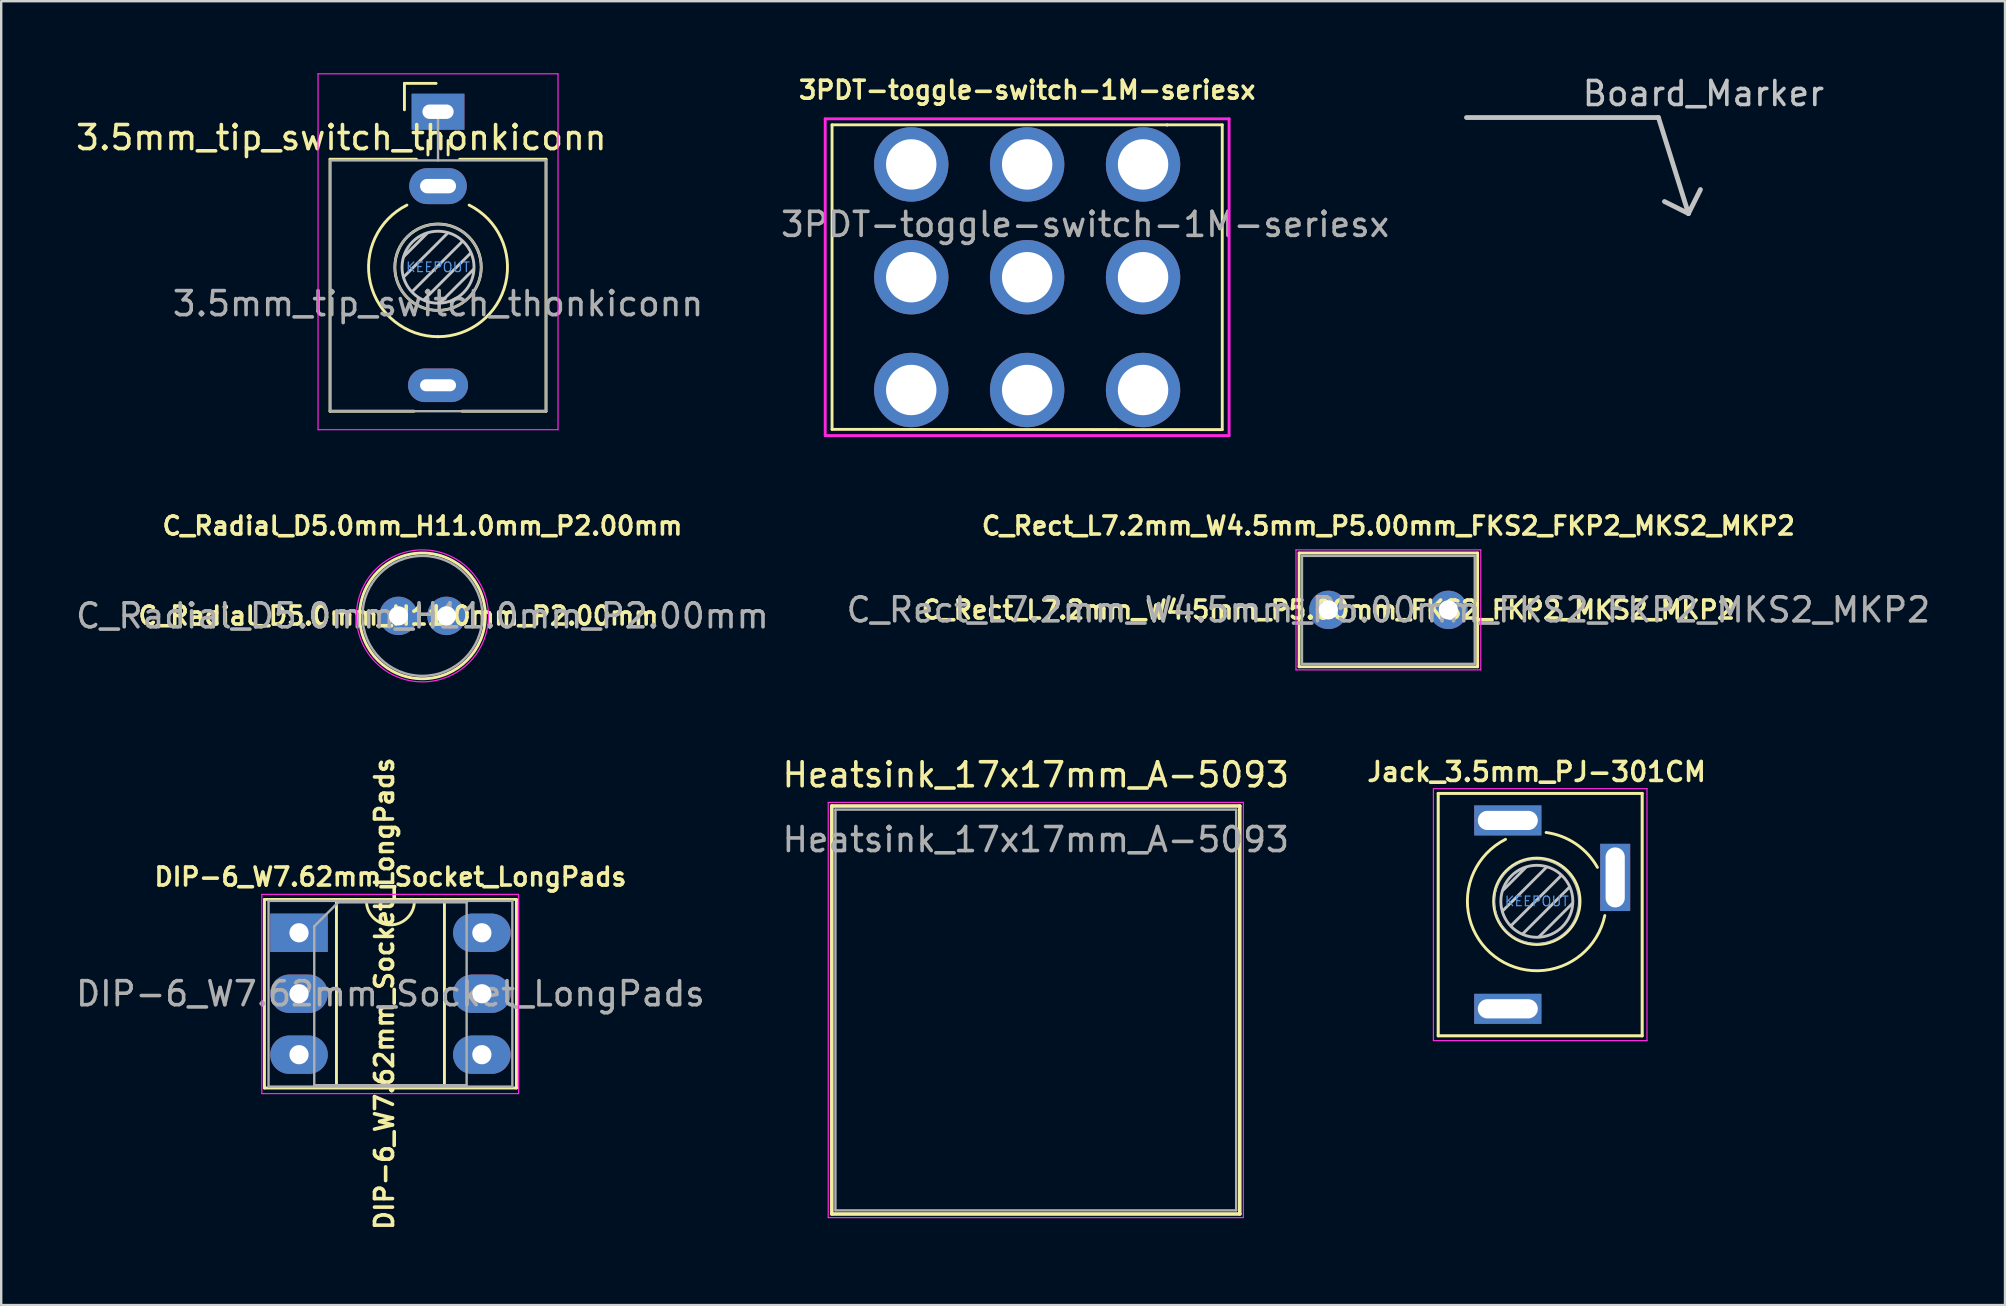
<source format=kicad_pcb>
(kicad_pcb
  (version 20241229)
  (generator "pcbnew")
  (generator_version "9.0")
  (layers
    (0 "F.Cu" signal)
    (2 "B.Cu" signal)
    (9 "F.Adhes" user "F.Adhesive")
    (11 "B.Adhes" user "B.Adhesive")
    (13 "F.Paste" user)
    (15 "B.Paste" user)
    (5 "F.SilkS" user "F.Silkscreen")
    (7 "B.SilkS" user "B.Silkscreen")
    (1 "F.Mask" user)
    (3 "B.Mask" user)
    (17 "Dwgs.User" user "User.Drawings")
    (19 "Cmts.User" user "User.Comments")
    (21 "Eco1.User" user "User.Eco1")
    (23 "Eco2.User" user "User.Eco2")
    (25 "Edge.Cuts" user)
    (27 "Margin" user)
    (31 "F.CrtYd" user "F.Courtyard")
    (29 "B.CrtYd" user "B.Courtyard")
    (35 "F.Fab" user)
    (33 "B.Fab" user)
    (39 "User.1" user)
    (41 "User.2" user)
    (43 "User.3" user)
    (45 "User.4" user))
  (footprint "Heatsink_17x17mm_A-5093"
    (layer "F.Cu")
    (at 40.113 39.037)
    (property "Reference" "Heatsink_17x17mm_A-5093" (at 0 -9.8 0) (layer "F.SilkS") (effects (font (size 1 1) (thickness 0.15))))
    (attr through_hole)
    (fp_line (start -8.5 -8.5) (end 8.5 -8.5) (stroke (width 0.15) (type solid)) (layer "F.SilkS"))
    (fp_line (start -8.5 8.5) (end -8.5 -8.5) (stroke (width 0.15) (type solid)) (layer "F.SilkS"))
    (fp_line (start 8.5 -8.5) (end 8.5 8.5) (stroke (width 0.15) (type solid)) (layer "F.SilkS"))
    (fp_line (start 8.5 8.5) (end -8.5 8.5) (stroke (width 0.15) (type solid)) (layer "F.SilkS"))
    (fp_line (start -8.65 -8.65) (end 8.65 -8.65) (stroke (width 0.05) (type solid)) (layer "F.CrtYd"))
    (fp_line (start -8.65 8.65) (end -8.65 -8.65) (stroke (width 0.05) (type solid)) (layer "F.CrtYd"))
    (fp_line (start 8.65 -8.65) (end 8.65 8.65) (stroke (width 0.05) (type solid)) (layer "F.CrtYd"))
    (fp_line (start 8.65 8.65) (end -8.65 8.65) (stroke (width 0.05) (type solid)) (layer "F.CrtYd"))
    (fp_line (start -8.35 -8.35) (end 8.35 -8.35) (stroke (width 0.1) (type solid)) (layer "F.Fab"))
    (fp_line (start -8.35 8.35) (end -8.35 -8.35) (stroke (width 0.1) (type solid)) (layer "F.Fab"))
    (fp_line (start 8.35 -8.35) (end 8.35 8.35) (stroke (width 0.1) (type solid)) (layer "F.Fab"))
    (fp_line (start 8.35 8.35) (end -8.35 8.35) (stroke (width 0.1) (type solid)) (layer "F.Fab"))
    (fp_text user "${REFERENCE}" (at 0 -7.1 0) (layer "F.Fab") (effects (font (size 1 1) (thickness 0.15)))))
  (footprint "3.5mm_tip_switch_thonkiconn"
    (layer "F.Cu")
    (at 15.203 1.605)
    (property "Reference" "3.5mm_tip_switch_thonkiconn" (at -4.03 1.08 180) (layer "F.SilkS") (effects (font (size 1 1) (thickness 0.15))))
    (attr through_hole)
    (fp_line (start -4.5 1.98) (end -4.5 12.48) (stroke (width 0.12) (type solid)) (layer "F.SilkS"))
    (fp_line (start -1.4 -1.18) (end -1.4 -0.08) (stroke (width 0.12) (type solid)) (layer "F.SilkS"))
    (fp_line (start -1.4 -1.18) (end -0.08 -1.18) (stroke (width 0.12) (type solid)) (layer "F.SilkS"))
    (fp_line (start -1 12.48) (end -4.5 12.48) (stroke (width 0.12) (type solid)) (layer "F.SilkS"))
    (fp_line (start -0.9 1.98) (end -4.5 1.98) (stroke (width 0.12) (type solid)) (layer "F.SilkS"))
    (fp_line (start -0.42 1.2) (end -0.42 1.8) (stroke (width 0.12) (type solid)) (layer "F.SilkS"))
    (fp_line (start 0.42 1.2) (end 0.42 1.8) (stroke (width 0.12) (type solid)) (layer "F.SilkS"))
    (fp_line (start 4.5 1.98) (end 0.9 1.98) (stroke (width 0.12) (type solid)) (layer "F.SilkS"))
    (fp_line (start 4.5 1.98) (end 4.5 12.48) (stroke (width 0.12) (type solid)) (layer "F.SilkS"))
    (fp_line (start 4.5 12.48) (end 1 12.48) (stroke (width 0.12) (type solid)) (layer "F.SilkS"))
    (fp_arc (start 0 9.375) (mid -2.817353 7.145994) (end -1.296263 3.891423) (stroke (width 0.12) (type solid)) (layer "F.SilkS"))
    (fp_arc (start 1.296263 3.891423) (mid 2.817353 7.145994) (end 0 9.375) (stroke (width 0.12) (type solid)) (layer "F.SilkS"))
    (fp_circle (center 0 6.48) (end 1.8 6.48) (stroke (width 0.12) (type solid)) (fill no) (layer "F.SilkS"))
    (fp_line (start -1.42 6.875) (end 0.4 5.06) (stroke (width 0.12) (type solid)) (layer "Dwgs.User"))
    (fp_line (start -1.41 6.02) (end -0.46 5.07) (stroke (width 0.12) (type solid)) (layer "Dwgs.User"))
    (fp_line (start -1.07 7.49) (end 1.01 5.41) (stroke (width 0.12) (type solid)) (layer "Dwgs.User"))
    (fp_line (start -0.58 7.83) (end 1.36 5.89) (stroke (width 0.12) (type solid)) (layer "Dwgs.User"))
    (fp_line (start 0.09 7.96) (end 1.48 6.57) (stroke (width 0.12) (type solid)) (layer "Dwgs.User"))
    (fp_circle (center 0 6.48) (end 1.5 6.48) (stroke (width 0.12) (type solid)) (fill no) (layer "Dwgs.User"))
    (fp_line (start -5 13.25) (end -5 -1.58) (stroke (width 0.05) (type solid)) (layer "F.CrtYd"))
    (fp_line (start 5 -1.58) (end -5 -1.58) (stroke (width 0.05) (type solid)) (layer "F.CrtYd"))
    (fp_line (start 5 13.25) (end -5 13.25) (stroke (width 0.05) (type solid)) (layer "F.CrtYd"))
    (fp_line (start 5 13.25) (end 5 -1.58) (stroke (width 0.05) (type solid)) (layer "F.CrtYd"))
    (fp_line (start -4.5 12.48) (end -4.5 2.08) (stroke (width 0.1) (type solid)) (layer "F.Fab"))
    (fp_line (start 0 0) (end 0 2.03) (stroke (width 0.1) (type solid)) (layer "F.Fab"))
    (fp_line (start 4.5 2.03) (end -4.5 2.03) (stroke (width 0.1) (type solid)) (layer "F.Fab"))
    (fp_line (start 4.5 12.48) (end -4.5 12.48) (stroke (width 0.1) (type solid)) (layer "F.Fab"))
    (fp_line (start 4.5 12.48) (end 4.5 2.08) (stroke (width 0.1) (type solid)) (layer "F.Fab"))
    (fp_circle (center 0 6.48) (end 1.8 6.48) (stroke (width 0.1) (type solid)) (fill no) (layer "F.Fab"))
    (fp_text user "KEEPOUT" (at 0 6.48 0) (layer "Cmts.User") (effects (font (size 0.4 0.4) (thickness 0.051))))
    (fp_text user "${REFERENCE}" (at 0 8 180) (layer "F.Fab") (effects (font (size 1 1) (thickness 0.15))))
    (pad "S" thru_hole rect (at 0 0 180) (size 2.2 1.5) (drill oval 1.3 0.6) (layers "*.Cu" "*.Mask"))
    (pad "T" thru_hole oval (at 0 11.4 180) (size 2.5 1.4) (drill oval 1.5 0.5) (layers "*.Cu" "*.Mask"))
    (pad "TN" thru_hole oval (at 0 3.1 180) (size 2.4 1.5) (drill oval 1.5 0.6) (layers "*.Cu" "*.Mask")))
  (footprint "DIP-6_W7.62mm_Socket_LongPads"
    (layer "F.Cu")
    (at 9.41 35.82)
    (property "Reference" "DIP-6_W7.62mm_Socket_LongPads" (at 3.81 -2.33 0) (layer "F.SilkS") (effects (font (size 0.75 0.75) (thickness 0.15))))
    (property "Value" "DIP-6_W7.62mm_Socket_LongPads" (at 3.81 7.41 0) (layer "F.Fab") (hide yes) (effects (font (size 1 1) (thickness 0.15))))
    (attr through_hole)
    (fp_line (start -1.44 -1.39) (end -1.44 6.47) (stroke (width 0.12) (type solid)) (layer "F.SilkS"))
    (fp_line (start -1.44 6.47) (end 9.06 6.47) (stroke (width 0.12) (type solid)) (layer "F.SilkS"))
    (fp_line (start 1.56 -1.33) (end 1.56 6.41) (stroke (width 0.12) (type solid)) (layer "F.SilkS"))
    (fp_line (start 1.56 6.41) (end 6.06 6.41) (stroke (width 0.12) (type solid)) (layer "F.SilkS"))
    (fp_line (start 2.81 -1.33) (end 1.56 -1.33) (stroke (width 0.12) (type solid)) (layer "F.SilkS"))
    (fp_line (start 6.06 -1.33) (end 4.81 -1.33) (stroke (width 0.12) (type solid)) (layer "F.SilkS"))
    (fp_line (start 6.06 6.41) (end 6.06 -1.33) (stroke (width 0.12) (type solid)) (layer "F.SilkS"))
    (fp_line (start 9.06 -1.39) (end -1.44 -1.39) (stroke (width 0.12) (type solid)) (layer "F.SilkS"))
    (fp_line (start 9.06 6.47) (end 9.06 -1.39) (stroke (width 0.12) (type solid)) (layer "F.SilkS"))
    (fp_arc (start 4.81 -1.33) (mid 3.81 -0.33) (end 2.81 -1.33) (stroke (width 0.12) (type solid)) (layer "F.SilkS"))
    (fp_line (start -1.55 -1.6) (end -1.55 6.7) (stroke (width 0.05) (type solid)) (layer "F.CrtYd"))
    (fp_line (start -1.55 6.7) (end 9.15 6.7) (stroke (width 0.05) (type solid)) (layer "F.CrtYd"))
    (fp_line (start 9.15 -1.6) (end -1.55 -1.6) (stroke (width 0.05) (type solid)) (layer "F.CrtYd"))
    (fp_line (start 9.15 6.7) (end 9.15 -1.6) (stroke (width 0.05) (type solid)) (layer "F.CrtYd"))
    (fp_line (start -1.27 -1.33) (end -1.27 6.41) (stroke (width 0.1) (type solid)) (layer "F.Fab"))
    (fp_line (start -1.27 6.41) (end 8.89 6.41) (stroke (width 0.1) (type solid)) (layer "F.Fab"))
    (fp_line (start 0.635 -0.27) (end 1.635 -1.27) (stroke (width 0.1) (type solid)) (layer "F.Fab"))
    (fp_line (start 0.635 6.35) (end 0.635 -0.27) (stroke (width 0.1) (type solid)) (layer "F.Fab"))
    (fp_line (start 1.635 -1.27) (end 6.985 -1.27) (stroke (width 0.1) (type solid)) (layer "F.Fab"))
    (fp_line (start 6.985 -1.27) (end 6.985 6.35) (stroke (width 0.1) (type solid)) (layer "F.Fab"))
    (fp_line (start 6.985 6.35) (end 0.635 6.35) (stroke (width 0.1) (type solid)) (layer "F.Fab"))
    (fp_line (start 8.89 -1.33) (end -1.27 -1.33) (stroke (width 0.1) (type solid)) (layer "F.Fab"))
    (fp_line (start 8.89 6.41) (end 8.89 -1.33) (stroke (width 0.1) (type solid)) (layer "F.Fab"))
    (fp_text user "${VALUE}" (at 3.556 2.54 90) (layer "F.SilkS") (effects (font (size 0.75 0.75) (thickness 0.15))))
    (fp_text user "${REFERENCE}" (at 3.81 2.54 0) (layer "F.Fab") (effects (font (size 1 1) (thickness 0.15))))
    (pad "1" thru_hole rect (at 0 0) (size 2.4 1.6) (drill 0.8) (layers "*.Cu" "*.Mask"))
    (pad "2" thru_hole oval (at 0 2.54) (size 2.4 1.6) (drill 0.8) (layers "*.Cu" "*.Mask"))
    (pad "3" thru_hole oval (at 0 5.08) (size 2.4 1.6) (drill 0.8) (layers "*.Cu" "*.Mask"))
    (pad "4" thru_hole oval (at 7.62 5.08) (size 2.4 1.6) (drill 0.8) (layers "*.Cu" "*.Mask"))
    (pad "5" thru_hole oval (at 7.62 2.54) (size 2.4 1.6) (drill 0.8) (layers "*.Cu" "*.Mask"))
    (pad "6" thru_hole oval (at 7.62 0) (size 2.4 1.6) (drill 0.8) (layers "*.Cu" "*.Mask")))
  (footprint "Jack_3.5mm_PJ-301CM"
    (layer "F.Cu")
    (at 60.981 34.513)
    (property "Reference" "Jack_3.5mm_PJ-301CM" (at 0 -5.4 0) (layer "F.SilkS") (effects (font (size 0.787 0.787) (thickness 0.15))))
    (attr through_hole)
    (fp_line (start -4.1 -4.5) (end -4.1 5.6) (stroke (width 0.127) (type solid)) (layer "F.SilkS"))
    (fp_line (start -4.1 5.6) (end 4.4 5.6) (stroke (width 0.127) (type solid)) (layer "F.SilkS"))
    (fp_line (start 4.4 -4.5) (end -4.1 -4.5) (stroke (width 0.127) (type solid)) (layer "F.SilkS"))
    (fp_line (start 4.4 5.6) (end 4.4 -4.5) (stroke (width 0.127) (type solid)) (layer "F.SilkS"))
    (fp_arc (start 0.396248 -2.8728) (mid 1.636734 -2.398157) (end 2.534506 -1.419332) (stroke (width 0.12) (type solid)) (layer "F.SilkS"))
    (fp_arc (start 2.842298 0.58792) (mid -1.752336 2.290133) (end -1.294044 -2.588202) (stroke (width 0.12) (type solid)) (layer "F.SilkS"))
    (fp_circle (center 0.01 -0.005) (end 1.81 -0.005) (stroke (width 0.12) (type solid)) (fill no) (layer "F.SilkS"))
    (fp_line (start -2.2 -3.625) (end -0.2 -3.625) (stroke (width 0.05) (type solid)) (layer "Dwgs.User"))
    (fp_line (start -2.2 -3.125) (end -2.2 -3.625) (stroke (width 0.05) (type solid)) (layer "Dwgs.User"))
    (fp_line (start -2.2 4.225) (end -0.2 4.225) (stroke (width 0.05) (type solid)) (layer "Dwgs.User"))
    (fp_line (start -2.2 4.725) (end -2.2 4.225) (stroke (width 0.05) (type solid)) (layer "Dwgs.User"))
    (fp_line (start -1.41 0.39) (end 0.41 -1.425) (stroke (width 0.12) (type solid)) (layer "Dwgs.User"))
    (fp_line (start -1.4 -0.465) (end -0.45 -1.415) (stroke (width 0.12) (type solid)) (layer "Dwgs.User"))
    (fp_line (start -1.06 1.005) (end 1.02 -1.075) (stroke (width 0.12) (type solid)) (layer "Dwgs.User"))
    (fp_line (start -0.57 1.345) (end 1.37 -0.595) (stroke (width 0.12) (type solid)) (layer "Dwgs.User"))
    (fp_line (start -0.2 -3.625) (end -0.2 -3.125) (stroke (width 0.05) (type solid)) (layer "Dwgs.User"))
    (fp_line (start -0.2 -3.125) (end -2.2 -3.125) (stroke (width 0.05) (type solid)) (layer "Dwgs.User"))
    (fp_line (start -0.2 4.225) (end -0.2 4.725) (stroke (width 0.05) (type solid)) (layer "Dwgs.User"))
    (fp_line (start -0.2 4.725) (end -2.2 4.725) (stroke (width 0.05) (type solid)) (layer "Dwgs.User"))
    (fp_line (start 0.1 1.475) (end 1.49 0.085) (stroke (width 0.12) (type solid)) (layer "Dwgs.User"))
    (fp_line (start 3.025 -2) (end 3.025 0) (stroke (width 0.05) (type solid)) (layer "Dwgs.User"))
    (fp_line (start 3.025 0) (end 3.525 0) (stroke (width 0.05) (type solid)) (layer "Dwgs.User"))
    (fp_line (start 3.525 -2) (end 3.025 -2) (stroke (width 0.05) (type solid)) (layer "Dwgs.User"))
    (fp_line (start 3.525 0) (end 3.525 -2) (stroke (width 0.05) (type solid)) (layer "Dwgs.User"))
    (fp_circle (center 0 0) (end 1.75 0) (stroke (width 0.05) (type solid)) (fill no) (layer "Dwgs.User"))
    (fp_circle (center 0.01 -0.005) (end 1.51 -0.005) (stroke (width 0.12) (type solid)) (fill no) (layer "Dwgs.User"))
    (fp_line (start -4.3 -4.7) (end -4.3 5.8) (stroke (width 0.05) (type solid)) (layer "F.CrtYd"))
    (fp_line (start -4.3 5.8) (end 4.6 5.8) (stroke (width 0.05) (type solid)) (layer "F.CrtYd"))
    (fp_line (start 4.6 -4.7) (end -4.3 -4.7) (stroke (width 0.05) (type solid)) (layer "F.CrtYd"))
    (fp_line (start 4.6 -4.7) (end 4.6 5.8) (stroke (width 0.05) (type solid)) (layer "F.CrtYd"))
    (fp_text user "KEEPOUT" (at 0.01 -0.005 0) (layer "Cmts.User") (effects (font (size 0.4 0.4) (thickness 0.051))))
    (pad "R" thru_hole rect (at -1.2 -3.375) (size 2.8 1.25) (drill oval 2.5 0.8) (layers "*.Cu" "*.Mask"))
    (pad "S" thru_hole rect (at 3.275 -1 90) (size 2.8 1.25) (drill oval 2.5 0.8) (layers "*.Cu" "*.Mask"))
    (pad "T" thru_hole rect (at -1.2 4.475 180) (size 2.8 1.25) (drill oval 2.5 0.8) (layers "*.Cu" "*.Mask")))
  (footprint "C_Rect_L7.2mm_W4.5mm_P5.00mm_FKS2_FKP2_MKS2_MKP2"
    (layer "F.Cu")
    (at 52.304 22.364)
    (property "Reference" "C_Rect_L7.2mm_W4.5mm_P5.00mm_FKS2_FKP2_MKS2_MKP2" (at 2.5 -3.5 0) (layer "F.SilkS") (effects (font (size 0.75 0.75) (thickness 0.15))))
    (property "Value" "C_Rect_L7.2mm_W4.5mm_P5.00mm_FKS2_FKP2_MKS2_MKP2" (at 2.5 3.5 0) (layer "F.Fab") (hide yes) (effects (font (size 1 1) (thickness 0.15))))
    (attr through_hole)
    (fp_line (start -1.22 -2.37) (end -1.22 2.37) (stroke (width 0.12) (type solid)) (layer "F.SilkS"))
    (fp_line (start -1.22 -2.37) (end 6.22 -2.37) (stroke (width 0.12) (type solid)) (layer "F.SilkS"))
    (fp_line (start -1.22 2.37) (end 6.22 2.37) (stroke (width 0.12) (type solid)) (layer "F.SilkS"))
    (fp_line (start 6.22 -2.37) (end 6.22 2.37) (stroke (width 0.12) (type solid)) (layer "F.SilkS"))
    (fp_line (start -1.35 -2.5) (end -1.35 2.5) (stroke (width 0.05) (type solid)) (layer "F.CrtYd"))
    (fp_line (start -1.35 2.5) (end 6.35 2.5) (stroke (width 0.05) (type solid)) (layer "F.CrtYd"))
    (fp_line (start 6.35 -2.5) (end -1.35 -2.5) (stroke (width 0.05) (type solid)) (layer "F.CrtYd"))
    (fp_line (start 6.35 2.5) (end 6.35 -2.5) (stroke (width 0.05) (type solid)) (layer "F.CrtYd"))
    (fp_line (start -1.1 -2.25) (end -1.1 2.25) (stroke (width 0.1) (type solid)) (layer "F.Fab"))
    (fp_line (start -1.1 2.25) (end 6.1 2.25) (stroke (width 0.1) (type solid)) (layer "F.Fab"))
    (fp_line (start 6.1 -2.25) (end -1.1 -2.25) (stroke (width 0.1) (type solid)) (layer "F.Fab"))
    (fp_line (start 6.1 2.25) (end 6.1 -2.25) (stroke (width 0.1) (type solid)) (layer "F.Fab"))
    (fp_text user "${VALUE}" (at 0 0 0) (layer "F.SilkS") (effects (font (size 0.75 0.75) (thickness 0.15))))
    (fp_text user "${REFERENCE}" (at 2.5 0 0) (layer "F.Fab") (effects (font (size 1 1) (thickness 0.15))))
    (pad "1" thru_hole circle (at 0 0) (size 1.6 1.6) (drill 0.8) (layers "*.Cu" "*.Mask"))
    (pad "2" thru_hole circle (at 5 0) (size 1.6 1.6) (drill 0.8) (layers "*.Cu" "*.Mask")))
  (footprint "C_Radial_D5.0mm_H11.0mm_P2.00mm"
    (layer "F.Cu")
    (at 13.554 22.614)
    (property "Reference" "C_Radial_D5.0mm_H11.0mm_P2.00mm" (at 1 -3.75 0) (layer "F.SilkS") (effects (font (size 0.75 0.75) (thickness 0.15))))
    (property "Value" "C_Radial_D5.0mm_H11.0mm_P2.00mm" (at 1 3.75 0) (layer "F.Fab") (hide yes) (effects (font (size 1 1) (thickness 0.15))))
    (attr through_hole)
    (fp_circle (center 1 0) (end 3.62 0) (stroke (width 0.12) (type solid)) (fill no) (layer "F.SilkS"))
    (fp_circle (center 1 0) (end 3.75 0) (stroke (width 0.05) (type solid)) (fill no) (layer "F.CrtYd"))
    (fp_circle (center 1 0) (end 3.5 0) (stroke (width 0.1) (type solid)) (fill no) (layer "F.Fab"))
    (fp_text user "${VALUE}" (at 0 0 0) (layer "F.SilkS") (effects (font (size 0.75 0.75) (thickness 0.15))))
    (fp_text user "${REFERENCE}" (at 1 0 0) (layer "F.Fab") (effects (font (size 1 1) (thickness 0.15))))
    (pad "1" thru_hole circle (at 0 0) (size 1.6 1.6) (drill 0.8) (layers "*.Cu" "*.Mask"))
    (pad "2" thru_hole circle (at 2 0) (size 1.6 1.6) (drill 0.8) (layers "*.Cu" "*.Mask")))
  (footprint "Board_Marker"
    (layer "F.Cu")
    (at 67.309 5.848)
    (property "Reference" "Board_Marker" (at -4.5 -5 0) (layer "Dwgs.User") (effects (font (size 1 1) (thickness 0.15)) (justify left)))
    (attr through_hole)
    (fp_line (start -1.25 -4) (end -9.25 -4) (stroke (width 0.2) (type solid)) (layer "Dwgs.User"))
    (fp_line (start 0 0) (end -1.25 -4) (stroke (width 0.2) (type solid)) (layer "Dwgs.User"))
    (fp_line (start 0 0) (end -1 -0.5) (stroke (width 0.2) (type solid)) (layer "Dwgs.User"))
    (fp_line (start 0 0) (end 0.5 -1) (stroke (width 0.2) (type solid)) (layer "Dwgs.User")))
  (footprint "3PDT-toggle-switch-1M-seriesx"
    (layer "F.Cu")
    (at 39.752 8.502)
    (property "Reference" "3PDT-toggle-switch-1M-seriesx" (at 0 -7.8 0) (layer "F.SilkS") (effects (font (size 0.75 0.75) (thickness 0.15))))
    (attr through_hole)
    (fp_line (start -8.13 -6.35) (end 8.13 -6.35) (stroke (width 0.12) (type solid)) (layer "F.SilkS"))
    (fp_line (start -8.13 6.34) (end -8.13 -6.35) (stroke (width 0.12) (type solid)) (layer "F.SilkS"))
    (fp_line (start 5.835 -6.35) (end 5.835 -6.34) (stroke (width 0.12) (type solid)) (layer "F.SilkS"))
    (fp_line (start 8.13 -6.35) (end 8.13 6.35) (stroke (width 0.12) (type solid)) (layer "F.SilkS"))
    (fp_line (start 8.13 6.35) (end -8.13 6.34) (stroke (width 0.12) (type solid)) (layer "F.SilkS"))
    (fp_line (start -8.415 -6.6) (end 8.415 -6.6) (stroke (width 0.12) (type solid)) (layer "F.CrtYd"))
    (fp_line (start -8.415 6.6) (end -8.415 -6.6) (stroke (width 0.12) (type solid)) (layer "F.CrtYd"))
    (fp_line (start 8.415 -6.6) (end 8.415 6.6) (stroke (width 0.12) (type solid)) (layer "F.CrtYd"))
    (fp_line (start 8.415 6.6) (end -8.415 6.6) (stroke (width 0.12) (type solid)) (layer "F.CrtYd"))
    (fp_text user "${REFERENCE}" (at 2.415 -2.2 0) (layer "F.Fab") (effects (font (size 1 1) (thickness 0.15))))
    (pad "1" thru_hole circle (at 4.83 4.7) (size 3.1 3.1) (drill 2.1) (layers "*.Cu" "*.Mask"))
    (pad "2" thru_hole circle (at 4.83 0) (size 3.1 3.1) (drill 2.1) (layers "*.Cu" "*.Mask"))
    (pad "3" thru_hole circle (at 4.83 -4.7) (size 3.1 3.1) (drill 2.1) (layers "*.Cu" "*.Mask"))
    (pad "4" thru_hole circle (at 0 4.7) (size 3.1 3.1) (drill 2.1) (layers "*.Cu" "*.Mask"))
    (pad "5" thru_hole circle (at 0 0) (size 3.1 3.1) (drill 2.1) (layers "*.Cu" "*.Mask"))
    (pad "6" thru_hole circle (at 0 -4.7) (size 3.1 3.1) (drill 2.1) (layers "*.Cu" "*.Mask"))
    (pad "7" thru_hole circle (at -4.83 4.7) (size 3.1 3.1) (drill 2.1) (layers "*.Cu" "*.Mask"))
    (pad "8" thru_hole circle (at -4.83 0) (size 3.1 3.1) (drill 2.1) (layers "*.Cu" "*.Mask"))
    (pad "9" thru_hole circle (at -4.83 -4.7) (size 3.1 3.1) (drill 2.1) (layers "*.Cu" "*.Mask")))
  (gr_rect
    (start -3 -3)
    (end 80.5 51.332)
    (stroke (width 0.1) (type default))
    (fill no)
    (layer "Edge.Cuts")))
</source>
